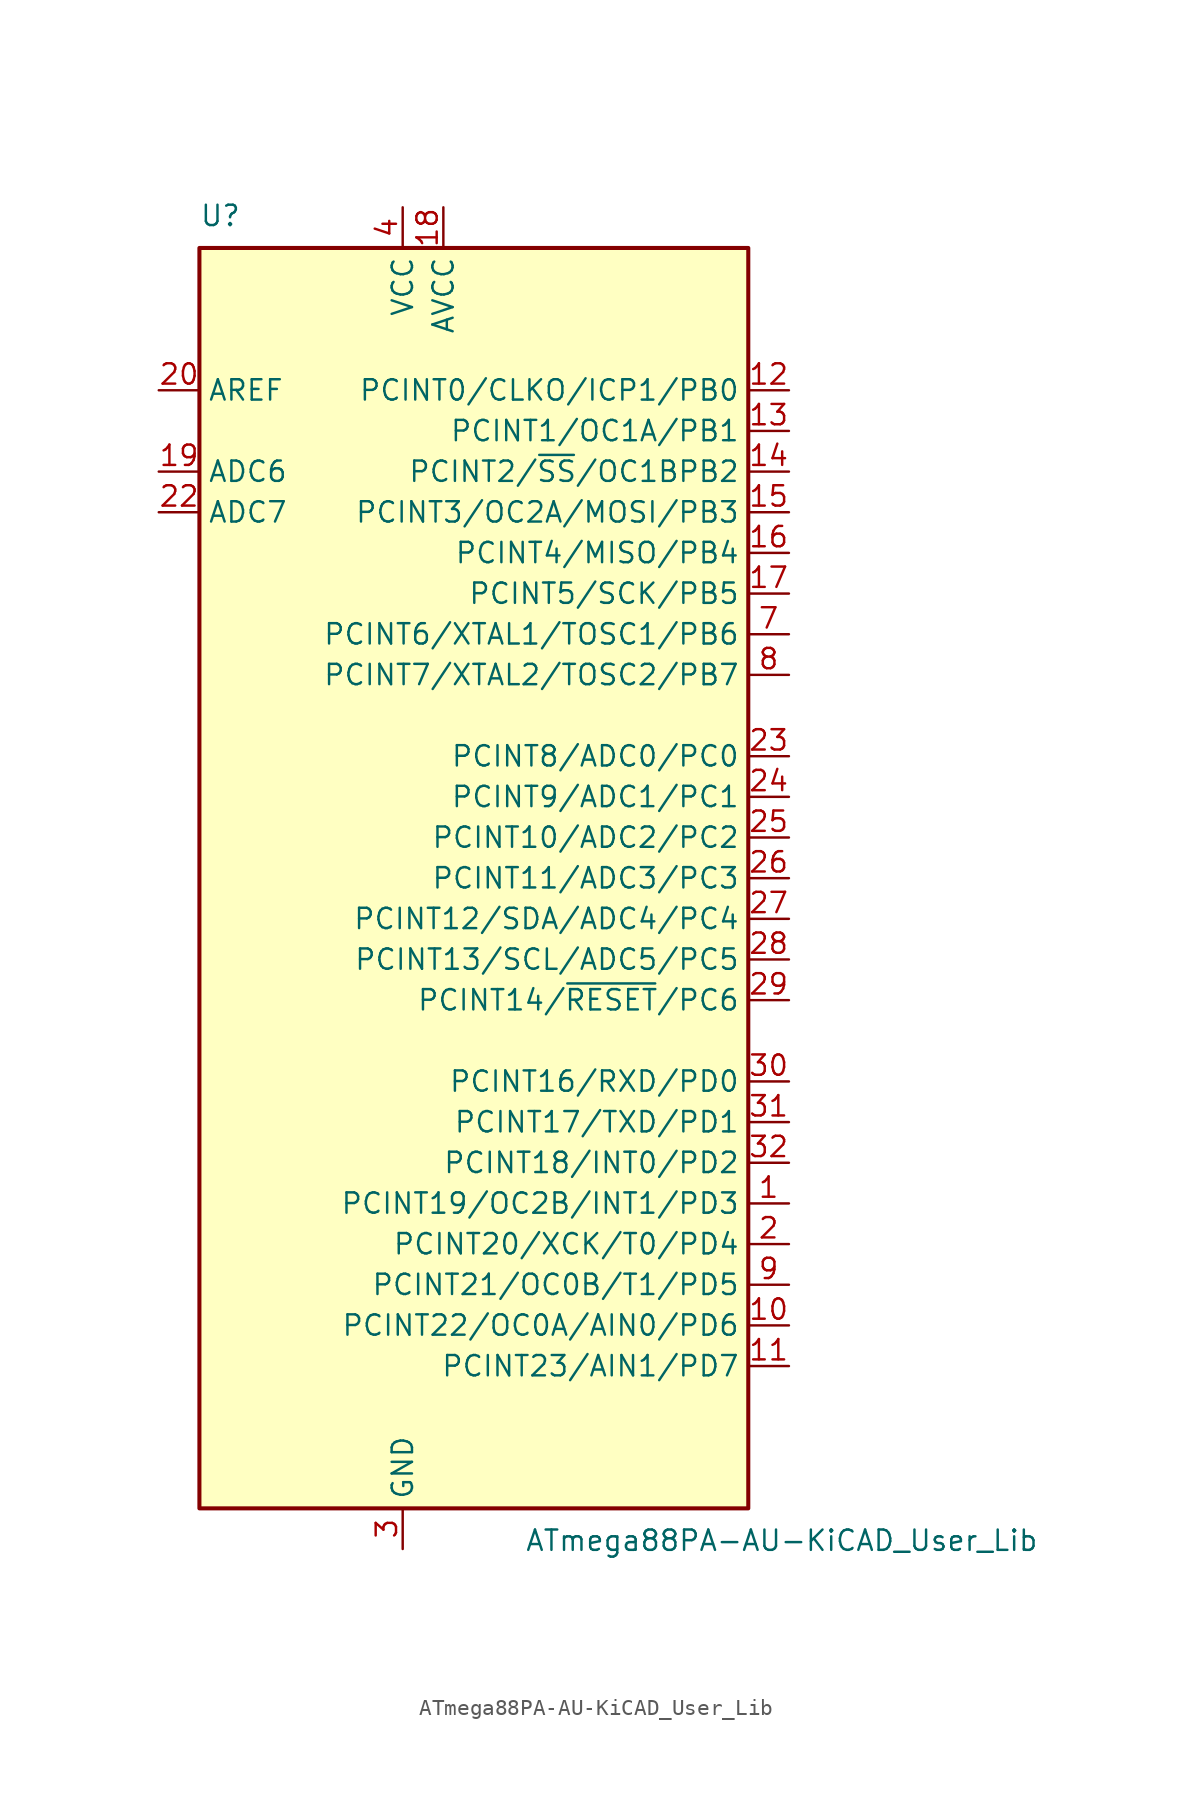
<source format=kicad_sym>
(kicad_symbol_lib
  (version 20220914)
  (generator kicad_symbol_editor)
  (symbol "ATmega88PA-AU-KiCAD_User_Lib"
    (property "Reference" "U"
      (at -21.59 40.64 0)
      (effects (font (size 1.27 1.27)) (justify left bottom)))
    (property "Value" "ATmega88PA-AU-KiCAD_User_Lib"
      (at -1.27 -40.64 0)
      (effects (font (size 1.27 1.27)) (justify left top)))
    (symbol "ATmega88PA-AU-KiCAD_User_Lib_0_1"
      (rectangle (start -21.59 -39.37) (end 12.7 39.37) (stroke (width 0.254) (type solid)) (fill (type background))))
    (symbol "ATmega88PA-AU-KiCAD_User_Lib_1_1"
      (pin bidirectional line (at 15.24 -20.32 180) (length 2.54) (name "PCINT19/OC2B/INT1/PD3" (effects (font (size 1.27 1.27)))) (number "1" (effects (font (size 1.27 1.27)))))
      (pin bidirectional line (at 15.24 -27.94 180) (length 2.54) (name "PCINT22/OC0A/AIN0/PD6" (effects (font (size 1.27 1.27)))) (number "10" (effects (font (size 1.27 1.27)))))
      (pin bidirectional line (at 15.24 -30.48 180) (length 2.54) (name "PCINT23/AIN1/PD7" (effects (font (size 1.27 1.27)))) (number "11" (effects (font (size 1.27 1.27)))))
      (pin bidirectional line (at 15.24 30.48 180) (length 2.54) (name "PCINT0/CLKO/ICP1/PB0" (effects (font (size 1.27 1.27)))) (number "12" (effects (font (size 1.27 1.27)))))
      (pin bidirectional line (at 15.24 27.94 180) (length 2.54) (name "PCINT1/OC1A/PB1" (effects (font (size 1.27 1.27)))) (number "13" (effects (font (size 1.27 1.27)))))
      (pin bidirectional line (at 15.24 25.4 180) (length 2.54) (name "PCINT2/~{SS}/OC1BPB2" (effects (font (size 1.27 1.27)))) (number "14" (effects (font (size 1.27 1.27)))))
      (pin bidirectional line (at 15.24 22.86 180) (length 2.54) (name "PCINT3/OC2A/MOSI/PB3" (effects (font (size 1.27 1.27)))) (number "15" (effects (font (size 1.27 1.27)))))
      (pin bidirectional line (at 15.24 20.32 180) (length 2.54) (name "PCINT4/MISO/PB4" (effects (font (size 1.27 1.27)))) (number "16" (effects (font (size 1.27 1.27)))))
      (pin bidirectional line (at 15.24 17.78 180) (length 2.54) (name "PCINT5/SCK/PB5" (effects (font (size 1.27 1.27)))) (number "17" (effects (font (size 1.27 1.27)))))
      (pin power_in line (at -6.35 41.91 270) (length 2.54) (name "AVCC" (effects (font (size 1.27 1.27)))) (number "18" (effects (font (size 1.27 1.27)))))
      (pin input line (at -24.13 25.4 0) (length 2.54) (name "ADC6" (effects (font (size 1.27 1.27)))) (number "19" (effects (font (size 1.27 1.27)))))
      (pin bidirectional line (at 15.24 -22.86 180) (length 2.54) (name "PCINT20/XCK/T0/PD4" (effects (font (size 1.27 1.27)))) (number "2" (effects (font (size 1.27 1.27)))))
      (pin passive line (at -24.13 30.48 0) (length 2.54) (name "AREF" (effects (font (size 1.27 1.27)))) (number "20" (effects (font (size 1.27 1.27)))))
      (pin passive line (at -8.89 -41.91 90) (length 2.54) hide (name "GND" (effects (font (size 1.27 1.27)))) (number "21" (effects (font (size 1.27 1.27)))))
      (pin input line (at -24.13 22.86 0) (length 2.54) (name "ADC7" (effects (font (size 1.27 1.27)))) (number "22" (effects (font (size 1.27 1.27)))))
      (pin bidirectional line (at 15.24 7.62 180) (length 2.54) (name "PCINT8/ADC0/PC0" (effects (font (size 1.27 1.27)))) (number "23" (effects (font (size 1.27 1.27)))))
      (pin bidirectional line (at 15.24 5.08 180) (length 2.54) (name "PCINT9/ADC1/PC1" (effects (font (size 1.27 1.27)))) (number "24" (effects (font (size 1.27 1.27)))))
      (pin bidirectional line (at 15.24 2.54 180) (length 2.54) (name "PCINT10/ADC2/PC2" (effects (font (size 1.27 1.27)))) (number "25" (effects (font (size 1.27 1.27)))))
      (pin bidirectional line (at 15.24 0 180) (length 2.54) (name "PCINT11/ADC3/PC3" (effects (font (size 1.27 1.27)))) (number "26" (effects (font (size 1.27 1.27)))))
      (pin bidirectional line (at 15.24 -2.54 180) (length 2.54) (name "PCINT12/SDA/ADC4/PC4" (effects (font (size 1.27 1.27)))) (number "27" (effects (font (size 1.27 1.27)))))
      (pin bidirectional line (at 15.24 -5.08 180) (length 2.54) (name "PCINT13/SCL/ADC5/PC5" (effects (font (size 1.27 1.27)))) (number "28" (effects (font (size 1.27 1.27)))))
      (pin bidirectional line (at 15.24 -7.62 180) (length 2.54) (name "PCINT14/~{RESET}/PC6" (effects (font (size 1.27 1.27)))) (number "29" (effects (font (size 1.27 1.27)))))
      (pin power_in line (at -8.89 -41.91 90) (length 2.54) (name "GND" (effects (font (size 1.27 1.27)))) (number "3" (effects (font (size 1.27 1.27)))))
      (pin bidirectional line (at 15.24 -12.7 180) (length 2.54) (name "PCINT16/RXD/PD0" (effects (font (size 1.27 1.27)))) (number "30" (effects (font (size 1.27 1.27)))))
      (pin bidirectional line (at 15.24 -15.24 180) (length 2.54) (name "PCINT17/TXD/PD1" (effects (font (size 1.27 1.27)))) (number "31" (effects (font (size 1.27 1.27)))))
      (pin bidirectional line (at 15.24 -17.78 180) (length 2.54) (name "PCINT18/INT0/PD2" (effects (font (size 1.27 1.27)))) (number "32" (effects (font (size 1.27 1.27)))))
      (pin power_in line (at -8.89 41.91 270) (length 2.54) (name "VCC" (effects (font (size 1.27 1.27)))) (number "4" (effects (font (size 1.27 1.27)))))
      (pin passive line (at -8.89 -41.91 90) (length 2.54) hide (name "GND" (effects (font (size 1.27 1.27)))) (number "5" (effects (font (size 1.27 1.27)))))
      (pin passive line (at -8.89 41.91 270) (length 2.54) hide (name "VCC" (effects (font (size 1.27 1.27)))) (number "6" (effects (font (size 1.27 1.27)))))
      (pin bidirectional line (at 15.24 15.24 180) (length 2.54) (name "PCINT6/XTAL1/TOSC1/PB6" (effects (font (size 1.27 1.27)))) (number "7" (effects (font (size 1.27 1.27)))))
      (pin bidirectional line (at 15.24 12.7 180) (length 2.54) (name "PCINT7/XTAL2/TOSC2/PB7" (effects (font (size 1.27 1.27)))) (number "8" (effects (font (size 1.27 1.27)))))
      (pin bidirectional line (at 15.24 -25.4 180) (length 2.54) (name "PCINT21/OC0B/T1/PD5" (effects (font (size 1.27 1.27)))) (number "9" (effects (font (size 1.27 1.27))))))))
</source>
